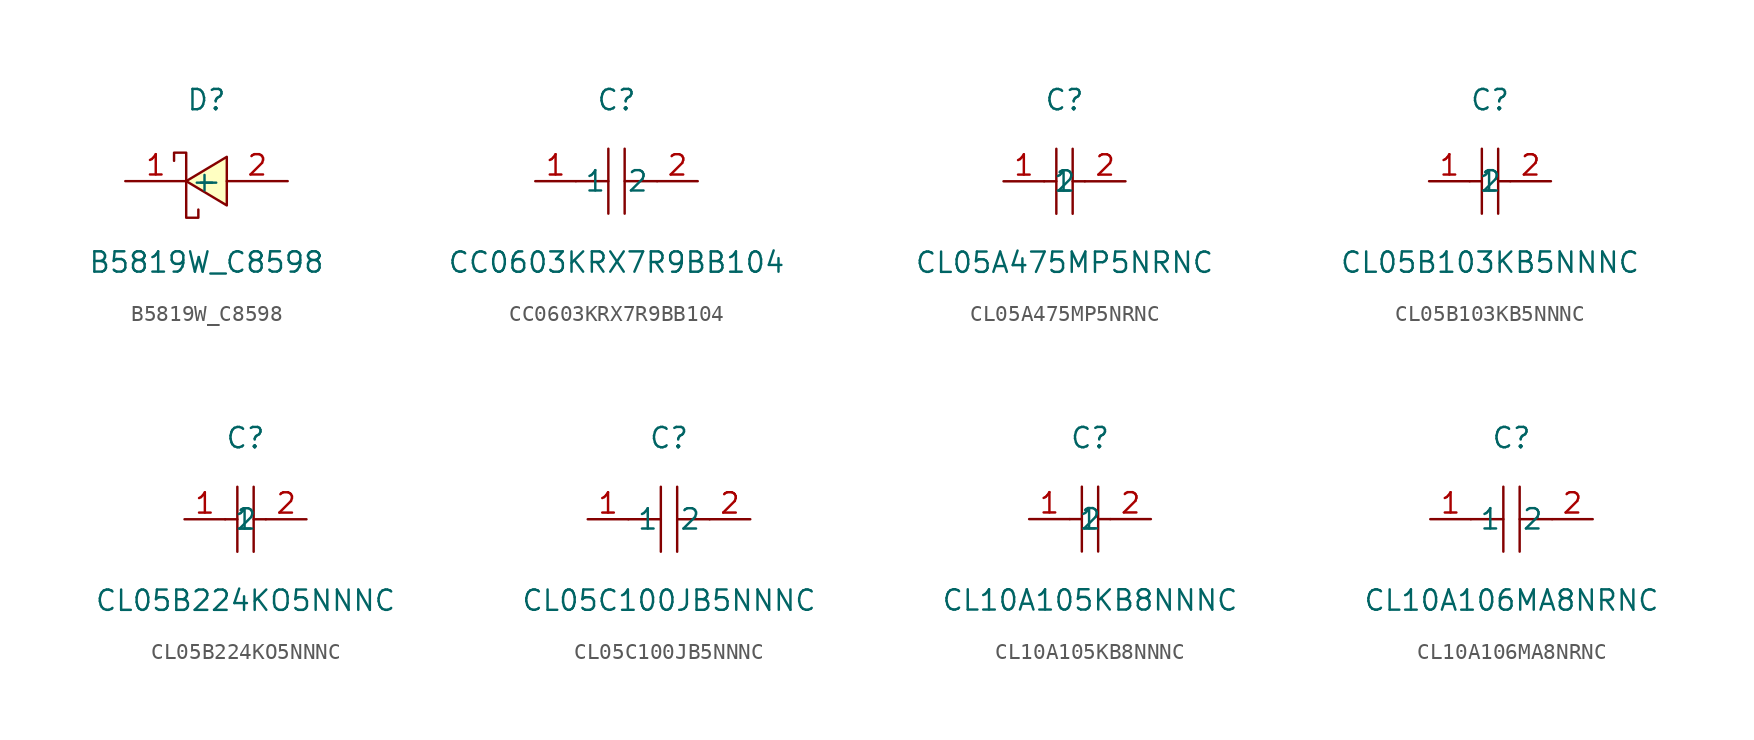
<source format=kicad_sym>
(kicad_symbol_lib
  (version 20231120)
  (generator "kicad_symbol_editor")
  (generator_version "8.0")
  (symbol "B5819W_C8598"
    (property "Reference" "D"
      (at 0 5.08 0)
      (effects (font (size 1.27 1.27))))
    (property "Value" "B5819W_C8598"
      (at 0 -5.08 0)
      (effects (font (size 1.27 1.27))))
    (symbol "B5819W_C8598_0_1"
      (polyline (pts (xy 1.27 1.52) (xy -1.27 0) (xy 1.27 -1.52) (xy 1.27 1.52)) (stroke (width 0) (type default)) (fill (type background)))
      (polyline (pts (xy -0.51 -1.78) (xy -0.51 -2.29) (xy -1.27 -2.29) (xy -1.27 1.02) (xy -1.27 1.78) (xy -2.03 1.78) (xy -2.03 1.27)) (stroke (width 0) (type default)) (fill (type none)))
      (pin unspecified line (at -5.08 0 0) (length 3.81) (name "-" (effects (font (size 1.27 1.27)))) (number "1" (effects (font (size 1.27 1.27)))))
      (pin unspecified line (at 5.08 0 180) (length 3.81) (name "+" (effects (font (size 1.27 1.27)))) (number "2" (effects (font (size 1.27 1.27)))))))
  (symbol "CC0603KRX7R9BB104"
    (property "Reference" "C"
      (at 0 5.08 0)
      (effects (font (size 1.27 1.27))))
    (property "Value" "CC0603KRX7R9BB104"
      (at 0 -5.08 0)
      (effects (font (size 1.27 1.27))))
    (symbol "CC0603KRX7R9BB104_0_1"
      (polyline (pts (xy -0.51 -2.03) (xy -0.51 2.03)) (stroke (width 0) (type default)) (fill (type none)))
      (polyline (pts (xy -0.51 0) (xy -2.54 0)) (stroke (width 0) (type default)) (fill (type none)))
      (polyline (pts (xy 0.51 2.03) (xy 0.51 -2.03)) (stroke (width 0) (type default)) (fill (type none)))
      (polyline (pts (xy 2.54 0) (xy 0.51 0)) (stroke (width 0) (type default)) (fill (type none)))
      (pin unspecified line (at -5.08 0 0) (length 2.54) (name "1" (effects (font (size 1.27 1.27)))) (number "1" (effects (font (size 1.27 1.27)))))
      (pin unspecified line (at 5.08 0 180) (length 2.54) (name "2" (effects (font (size 1.27 1.27)))) (number "2" (effects (font (size 1.27 1.27)))))))
  (symbol "CL05A475MP5NRNC"
    (property "Reference" "C"
      (at 0 5.08 0)
      (effects (font (size 1.27 1.27))))
    (property "Value" "CL05A475MP5NRNC"
      (at 0 -5.08 0)
      (effects (font (size 1.27 1.27))))
    (symbol "CL05A475MP5NRNC_0_1"
      (polyline (pts (xy -1.27 0) (xy -0.51 0)) (stroke (width 0) (type default)) (fill (type none)))
      (polyline (pts (xy -0.51 2.03) (xy -0.51 -2.03)) (stroke (width 0) (type default)) (fill (type none)))
      (polyline (pts (xy 0.51 0) (xy 1.27 0)) (stroke (width 0) (type default)) (fill (type none)))
      (polyline (pts (xy 0.51 2.03) (xy 0.51 -2.03)) (stroke (width 0) (type default)) (fill (type none)))
      (pin input line (at -3.81 0 0) (length 2.54) (name "1" (effects (font (size 1.27 1.27)))) (number "1" (effects (font (size 1.27 1.27)))))
      (pin input line (at 3.81 0 180) (length 2.54) (name "2" (effects (font (size 1.27 1.27)))) (number "2" (effects (font (size 1.27 1.27)))))))
  (symbol "CL05B103KB5NNNC"
    (property "Reference" "C"
      (at 0 5.08 0)
      (effects (font (size 1.27 1.27))))
    (property "Value" "CL05B103KB5NNNC"
      (at 0 -5.08 0)
      (effects (font (size 1.27 1.27))))
    (symbol "CL05B103KB5NNNC_0_1"
      (polyline (pts (xy -1.27 0) (xy -0.51 0)) (stroke (width 0) (type default)) (fill (type none)))
      (polyline (pts (xy -0.51 2.03) (xy -0.51 -2.03)) (stroke (width 0) (type default)) (fill (type none)))
      (polyline (pts (xy 0.51 0) (xy 1.27 0)) (stroke (width 0) (type default)) (fill (type none)))
      (polyline (pts (xy 0.51 2.03) (xy 0.51 -2.03)) (stroke (width 0) (type default)) (fill (type none)))
      (pin input line (at -3.81 0 0) (length 2.54) (name "1" (effects (font (size 1.27 1.27)))) (number "1" (effects (font (size 1.27 1.27)))))
      (pin input line (at 3.81 0 180) (length 2.54) (name "2" (effects (font (size 1.27 1.27)))) (number "2" (effects (font (size 1.27 1.27)))))))
  (symbol "CL05B224KO5NNNC"
    (property "Reference" "C"
      (at 0 5.08 0)
      (effects (font (size 1.27 1.27))))
    (property "Value" "CL05B224KO5NNNC"
      (at 0 -5.08 0)
      (effects (font (size 1.27 1.27))))
    (symbol "CL05B224KO5NNNC_0_1"
      (polyline (pts (xy -1.27 0) (xy -0.51 0)) (stroke (width 0) (type default)) (fill (type none)))
      (polyline (pts (xy -0.51 2.03) (xy -0.51 -2.03)) (stroke (width 0) (type default)) (fill (type none)))
      (polyline (pts (xy 0.51 0) (xy 1.27 0)) (stroke (width 0) (type default)) (fill (type none)))
      (polyline (pts (xy 0.51 2.03) (xy 0.51 -2.03)) (stroke (width 0) (type default)) (fill (type none)))
      (pin input line (at -3.81 0 0) (length 2.54) (name "1" (effects (font (size 1.27 1.27)))) (number "1" (effects (font (size 1.27 1.27)))))
      (pin input line (at 3.81 0 180) (length 2.54) (name "2" (effects (font (size 1.27 1.27)))) (number "2" (effects (font (size 1.27 1.27)))))))
  (symbol "CL05C100JB5NNNC"
    (property "Reference" "C"
      (at 0 5.08 0)
      (effects (font (size 1.27 1.27))))
    (property "Value" "CL05C100JB5NNNC"
      (at 0 -5.08 0)
      (effects (font (size 1.27 1.27))))
    (symbol "CL05C100JB5NNNC_0_1"
      (polyline (pts (xy -0.51 -2.03) (xy -0.51 2.03)) (stroke (width 0) (type default)) (fill (type none)))
      (polyline (pts (xy -0.51 0) (xy -2.54 0)) (stroke (width 0) (type default)) (fill (type none)))
      (polyline (pts (xy 0.51 2.03) (xy 0.51 -2.03)) (stroke (width 0) (type default)) (fill (type none)))
      (polyline (pts (xy 2.54 0) (xy 0.51 0)) (stroke (width 0) (type default)) (fill (type none)))
      (pin unspecified line (at -5.08 0 0) (length 2.54) (name "1" (effects (font (size 1.27 1.27)))) (number "1" (effects (font (size 1.27 1.27)))))
      (pin unspecified line (at 5.08 0 180) (length 2.54) (name "2" (effects (font (size 1.27 1.27)))) (number "2" (effects (font (size 1.27 1.27)))))))
  (symbol "CL10A105KB8NNNC"
    (property "Reference" "C"
      (at 0 5.08 0)
      (effects (font (size 1.27 1.27))))
    (property "Value" "CL10A105KB8NNNC"
      (at 0 -5.08 0)
      (effects (font (size 1.27 1.27))))
    (symbol "CL10A105KB8NNNC_0_1"
      (polyline (pts (xy -1.27 0) (xy -0.51 0)) (stroke (width 0) (type default)) (fill (type none)))
      (polyline (pts (xy -0.51 2.03) (xy -0.51 -2.03)) (stroke (width 0) (type default)) (fill (type none)))
      (polyline (pts (xy 0.51 0) (xy 1.27 0)) (stroke (width 0) (type default)) (fill (type none)))
      (polyline (pts (xy 0.51 2.03) (xy 0.51 -2.03)) (stroke (width 0) (type default)) (fill (type none)))
      (pin input line (at -3.81 0 0) (length 2.54) (name "1" (effects (font (size 1.27 1.27)))) (number "1" (effects (font (size 1.27 1.27)))))
      (pin input line (at 3.81 0 180) (length 2.54) (name "2" (effects (font (size 1.27 1.27)))) (number "2" (effects (font (size 1.27 1.27)))))))
  (symbol "CL10A106MA8NRNC"
    (property "Reference" "C"
      (at 0 5.08 0)
      (effects (font (size 1.27 1.27))))
    (property "Value" "CL10A106MA8NRNC"
      (at 0 -5.08 0)
      (effects (font (size 1.27 1.27))))
    (symbol "CL10A106MA8NRNC_0_1"
      (polyline (pts (xy -0.51 -2.03) (xy -0.51 2.03)) (stroke (width 0) (type default)) (fill (type none)))
      (polyline (pts (xy -0.51 0) (xy -2.54 0)) (stroke (width 0) (type default)) (fill (type none)))
      (polyline (pts (xy 0.51 2.03) (xy 0.51 -2.03)) (stroke (width 0) (type default)) (fill (type none)))
      (polyline (pts (xy 2.54 0) (xy 0.51 0)) (stroke (width 0) (type default)) (fill (type none)))
      (pin unspecified line (at -5.08 0 0) (length 2.54) (name "1" (effects (font (size 1.27 1.27)))) (number "1" (effects (font (size 1.27 1.27)))))
      (pin unspecified line (at 5.08 0 180) (length 2.54) (name "2" (effects (font (size 1.27 1.27)))) (number "2" (effects (font (size 1.27 1.27))))))))
</source>
